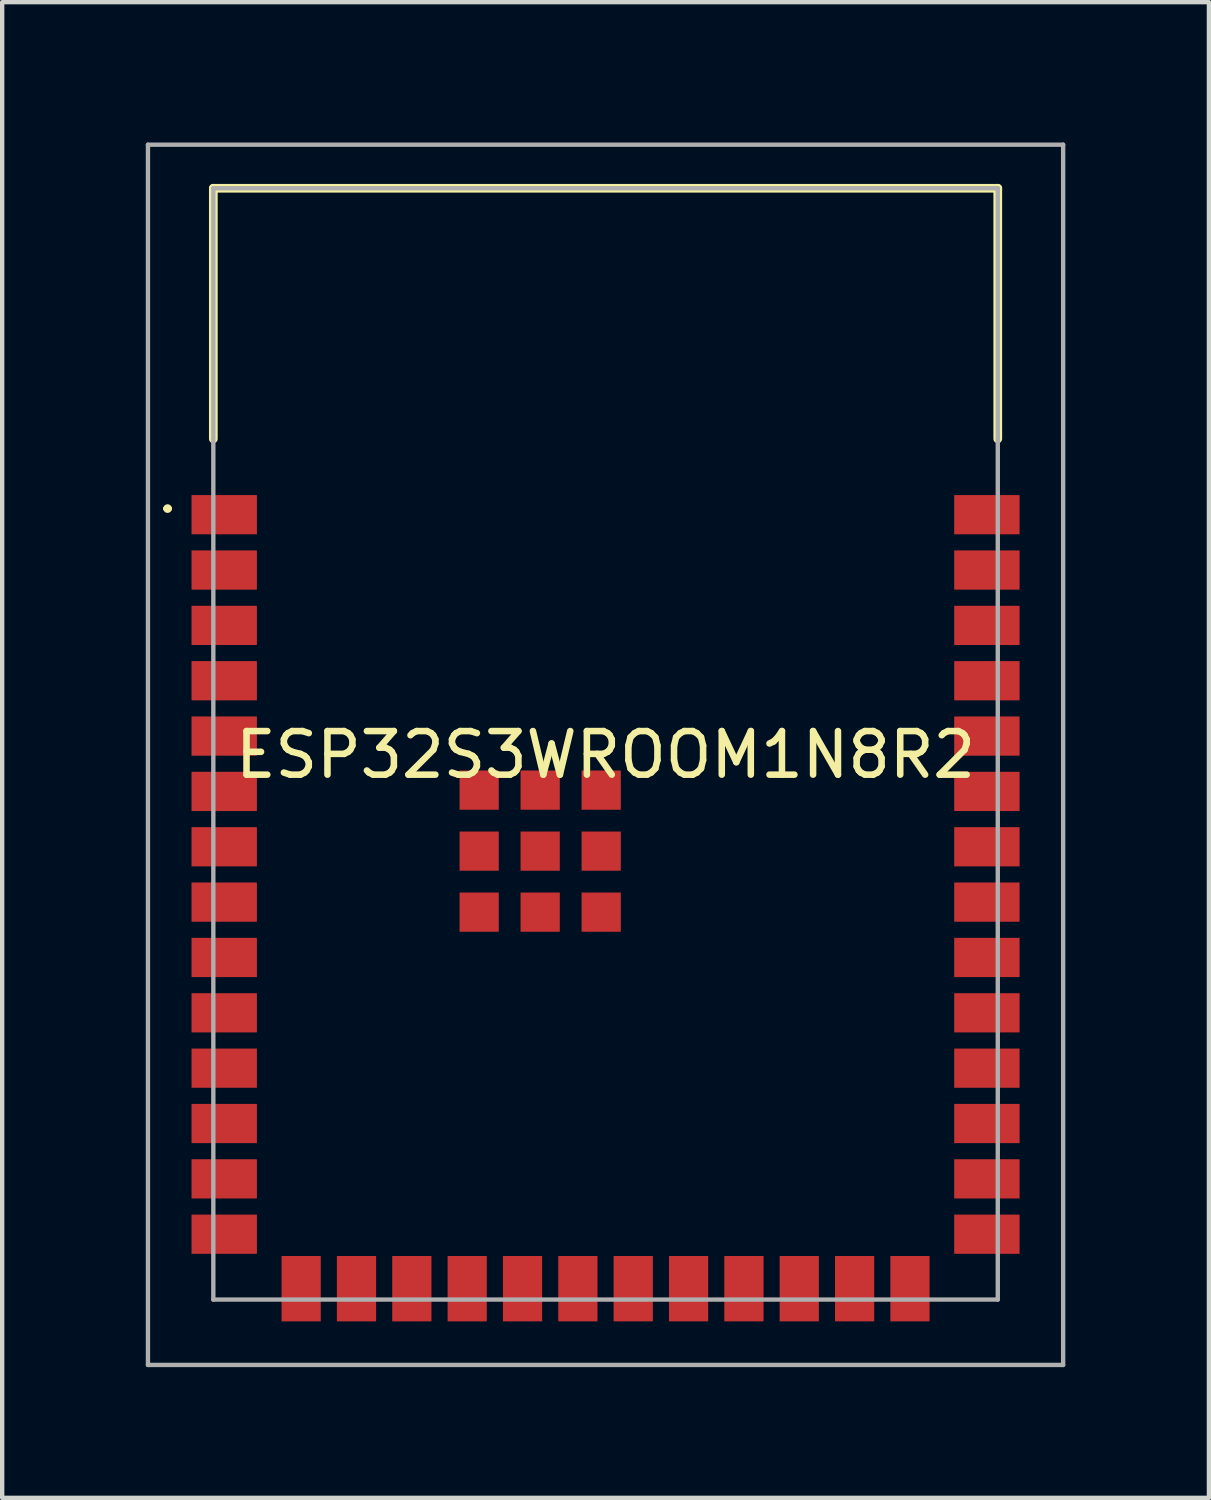
<source format=kicad_pcb>
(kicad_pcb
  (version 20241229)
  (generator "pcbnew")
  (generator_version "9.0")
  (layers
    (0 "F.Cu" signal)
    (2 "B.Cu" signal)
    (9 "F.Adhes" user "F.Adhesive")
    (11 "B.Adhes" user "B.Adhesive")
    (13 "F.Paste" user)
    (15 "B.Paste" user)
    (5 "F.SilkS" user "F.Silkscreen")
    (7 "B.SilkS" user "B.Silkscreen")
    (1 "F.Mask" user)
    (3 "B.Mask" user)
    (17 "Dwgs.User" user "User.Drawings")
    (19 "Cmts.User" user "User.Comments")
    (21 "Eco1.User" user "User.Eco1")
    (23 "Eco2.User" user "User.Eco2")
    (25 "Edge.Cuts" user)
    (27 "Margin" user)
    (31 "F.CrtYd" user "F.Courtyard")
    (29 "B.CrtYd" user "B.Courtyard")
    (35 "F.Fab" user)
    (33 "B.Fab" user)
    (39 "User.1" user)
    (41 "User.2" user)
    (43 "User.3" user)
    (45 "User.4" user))
  (footprint "ESP32S3WROOM1N8R2"
    (layer "F.Cu")
    (at 10.845 14.02)
    (property "Reference" "ESP32S3WROOM1N8R2" (at 0 0.25 0) (layer "F.SilkS") (effects (font (size 1 1) (thickness 0.15))))
    (attr smd)
    (fp_line (start -10.1 -5.4) (end -10.1 -5.4) (stroke (width 0.1) (type solid)) (layer "F.SilkS"))
    (fp_line (start -10 -5.4) (end -10 -5.4) (stroke (width 0.1) (type solid)) (layer "F.SilkS"))
    (fp_line (start -9 -12.75) (end 9 -12.75) (stroke (width 0.2) (type solid)) (layer "F.SilkS"))
    (fp_line (start -9 -7) (end -9 -12.75) (stroke (width 0.2) (type solid)) (layer "F.SilkS"))
    (fp_line (start 9 -12.75) (end 9 -7) (stroke (width 0.2) (type solid)) (layer "F.SilkS"))
    (fp_arc (start -10.1 -5.4) (mid -10.05 -5.45) (end -10 -5.4) (stroke (width 0.1) (type solid)) (layer "F.SilkS"))
    (fp_arc (start -10 -5.4) (mid -10.05 -5.35) (end -10.1 -5.4) (stroke (width 0.1) (type solid)) (layer "F.SilkS"))
    (fp_line (start -10.795 -13.97) (end -10.795 -6.35) (stroke (width 0.1) (type default)) (layer "Margin"))
    (fp_line (start -10.795 -6.35) (end 10.795 -6.35) (stroke (width 0.1) (type default)) (layer "Margin"))
    (fp_line (start 10.795 -13.97) (end -10.795 -13.97) (stroke (width 0.1) (type default)) (layer "Margin"))
    (fp_line (start 10.795 -6.35) (end 10.795 -13.97) (stroke (width 0.1) (type default)) (layer "Margin"))
    (fp_line (start -10.5 -13.75) (end 10.5 -13.75) (stroke (width 0.1) (type solid)) (layer "F.Fab"))
    (fp_line (start -10.5 14.25) (end -10.5 -13.75) (stroke (width 0.1) (type solid)) (layer "F.Fab"))
    (fp_line (start -9 -12.75) (end 9 -12.75) (stroke (width 0.1) (type solid)) (layer "F.Fab"))
    (fp_line (start -9 12.75) (end -9 -12.75) (stroke (width 0.1) (type solid)) (layer "F.Fab"))
    (fp_line (start 9 -12.75) (end 9 12.75) (stroke (width 0.1) (type solid)) (layer "F.Fab"))
    (fp_line (start 9 12.75) (end -9 12.75) (stroke (width 0.1) (type solid)) (layer "F.Fab"))
    (fp_line (start 10.5 -13.75) (end 10.5 14.25) (stroke (width 0.1) (type solid)) (layer "F.Fab"))
    (fp_line (start 10.5 14.25) (end -10.5 14.25) (stroke (width 0.1) (type solid)) (layer "F.Fab"))
    (pad "1" smd rect (at -8.75 -5.26) (size 1.5 0.9) (layers "F.Cu" "F.Mask" "F.Paste"))
    (pad "2" smd rect (at -8.75 -3.99) (size 1.5 0.9) (layers "F.Cu" "F.Mask" "F.Paste"))
    (pad "3" smd rect (at -8.75 -2.72) (size 1.5 0.9) (layers "F.Cu" "F.Mask" "F.Paste"))
    (pad "4" smd rect (at -8.75 -1.45) (size 1.5 0.9) (layers "F.Cu" "F.Mask" "F.Paste"))
    (pad "5" smd rect (at -8.75 -0.18) (size 1.5 0.9) (layers "F.Cu" "F.Mask" "F.Paste"))
    (pad "6" smd rect (at -8.75 1.09) (size 1.5 0.9) (layers "F.Cu" "F.Mask" "F.Paste"))
    (pad "7" smd rect (at -8.75 2.36) (size 1.5 0.9) (layers "F.Cu" "F.Mask" "F.Paste"))
    (pad "8" smd rect (at -8.75 3.63) (size 1.5 0.9) (layers "F.Cu" "F.Mask" "F.Paste"))
    (pad "9" smd rect (at -8.75 4.9) (size 1.5 0.9) (layers "F.Cu" "F.Mask" "F.Paste"))
    (pad "10" smd rect (at -8.75 6.17) (size 1.5 0.9) (layers "F.Cu" "F.Mask" "F.Paste"))
    (pad "11" smd rect (at -8.75 7.44) (size 1.5 0.9) (layers "F.Cu" "F.Mask" "F.Paste"))
    (pad "12" smd rect (at -8.75 8.71) (size 1.5 0.9) (layers "F.Cu" "F.Mask" "F.Paste"))
    (pad "13" smd rect (at -8.75 9.98) (size 1.5 0.9) (layers "F.Cu" "F.Mask" "F.Paste"))
    (pad "14" smd rect (at -8.75 11.25) (size 1.5 0.9) (layers "F.Cu" "F.Mask" "F.Paste"))
    (pad "15" smd rect (at -6.985 12.5) (size 0.9 1.5) (layers "F.Cu" "F.Mask" "F.Paste"))
    (pad "16" smd rect (at -5.715 12.5) (size 0.9 1.5) (layers "F.Cu" "F.Mask" "F.Paste"))
    (pad "17" smd rect (at -4.445 12.5) (size 0.9 1.5) (layers "F.Cu" "F.Mask" "F.Paste"))
    (pad "18" smd rect (at -3.175 12.5) (size 0.9 1.5) (layers "F.Cu" "F.Mask" "F.Paste"))
    (pad "19" smd rect (at -1.905 12.5) (size 0.9 1.5) (layers "F.Cu" "F.Mask" "F.Paste"))
    (pad "20" smd rect (at -0.635 12.5) (size 0.9 1.5) (layers "F.Cu" "F.Mask" "F.Paste"))
    (pad "21" smd rect (at 0.635 12.5) (size 0.9 1.5) (layers "F.Cu" "F.Mask" "F.Paste"))
    (pad "22" smd rect (at 1.905 12.5) (size 0.9 1.5) (layers "F.Cu" "F.Mask" "F.Paste"))
    (pad "23" smd rect (at 3.175 12.5) (size 0.9 1.5) (layers "F.Cu" "F.Mask" "F.Paste"))
    (pad "24" smd rect (at 4.445 12.5) (size 0.9 1.5) (layers "F.Cu" "F.Mask" "F.Paste"))
    (pad "25" smd rect (at 5.715 12.5) (size 0.9 1.5) (layers "F.Cu" "F.Mask" "F.Paste"))
    (pad "26" smd rect (at 6.985 12.5) (size 0.9 1.5) (layers "F.Cu" "F.Mask" "F.Paste"))
    (pad "27" smd rect (at 8.75 11.25) (size 1.5 0.9) (layers "F.Cu" "F.Mask" "F.Paste"))
    (pad "28" smd rect (at 8.75 9.98) (size 1.5 0.9) (layers "F.Cu" "F.Mask" "F.Paste"))
    (pad "29" smd rect (at 8.75 8.71) (size 1.5 0.9) (layers "F.Cu" "F.Mask" "F.Paste"))
    (pad "30" smd rect (at 8.75 7.44) (size 1.5 0.9) (layers "F.Cu" "F.Mask" "F.Paste"))
    (pad "31" smd rect (at 8.75 6.17) (size 1.5 0.9) (layers "F.Cu" "F.Mask" "F.Paste"))
    (pad "32" smd rect (at 8.75 4.9) (size 1.5 0.9) (layers "F.Cu" "F.Mask" "F.Paste"))
    (pad "33" smd rect (at 8.75 3.63) (size 1.5 0.9) (layers "F.Cu" "F.Mask" "F.Paste"))
    (pad "34" smd rect (at 8.75 2.36) (size 1.5 0.9) (layers "F.Cu" "F.Mask" "F.Paste"))
    (pad "35" smd rect (at 8.75 1.09) (size 1.5 0.9) (layers "F.Cu" "F.Mask" "F.Paste"))
    (pad "36" smd rect (at 8.75 -0.18) (size 1.5 0.9) (layers "F.Cu" "F.Mask" "F.Paste"))
    (pad "37" smd rect (at 8.75 -1.45) (size 1.5 0.9) (layers "F.Cu" "F.Mask" "F.Paste"))
    (pad "38" smd rect (at 8.75 -2.72) (size 1.5 0.9) (layers "F.Cu" "F.Mask" "F.Paste"))
    (pad "39" smd rect (at 8.75 -3.99) (size 1.5 0.9) (layers "F.Cu" "F.Mask" "F.Paste"))
    (pad "40" smd rect (at 8.75 -5.26) (size 1.5 0.9) (layers "F.Cu" "F.Mask" "F.Paste"))
    (pad "41" smd rect (at -1.5 2.46) (size 0.9 0.9) (layers "F.Cu" "F.Mask" "F.Paste"))
    (pad "42" smd rect (at -1.5 1.06) (size 0.9 0.9) (layers "F.Cu" "F.Mask" "F.Paste"))
    (pad "43" smd rect (at -2.9 1.06) (size 0.9 0.9) (layers "F.Cu" "F.Mask" "F.Paste"))
    (pad "44" smd rect (at -2.9 2.46) (size 0.9 0.9) (layers "F.Cu" "F.Mask" "F.Paste"))
    (pad "45" smd rect (at -2.9 3.86) (size 0.9 0.9) (layers "F.Cu" "F.Mask" "F.Paste"))
    (pad "46" smd rect (at -1.5 3.86) (size 0.9 0.9) (layers "F.Cu" "F.Mask" "F.Paste"))
    (pad "47" smd rect (at -0.1 3.86) (size 0.9 0.9) (layers "F.Cu" "F.Mask" "F.Paste"))
    (pad "48" smd rect (at -0.1 2.46) (size 0.9 0.9) (layers "F.Cu" "F.Mask" "F.Paste"))
    (pad "49" smd rect (at -0.1 1.06) (size 0.9 0.9) (layers "F.Cu" "F.Mask" "F.Paste")))
  (gr_rect
    (start -3 -3)
    (end 24.69 31.32)
    (stroke (width 0.1) (type default))
    (fill no)
    (layer "Edge.Cuts")))
</source>
